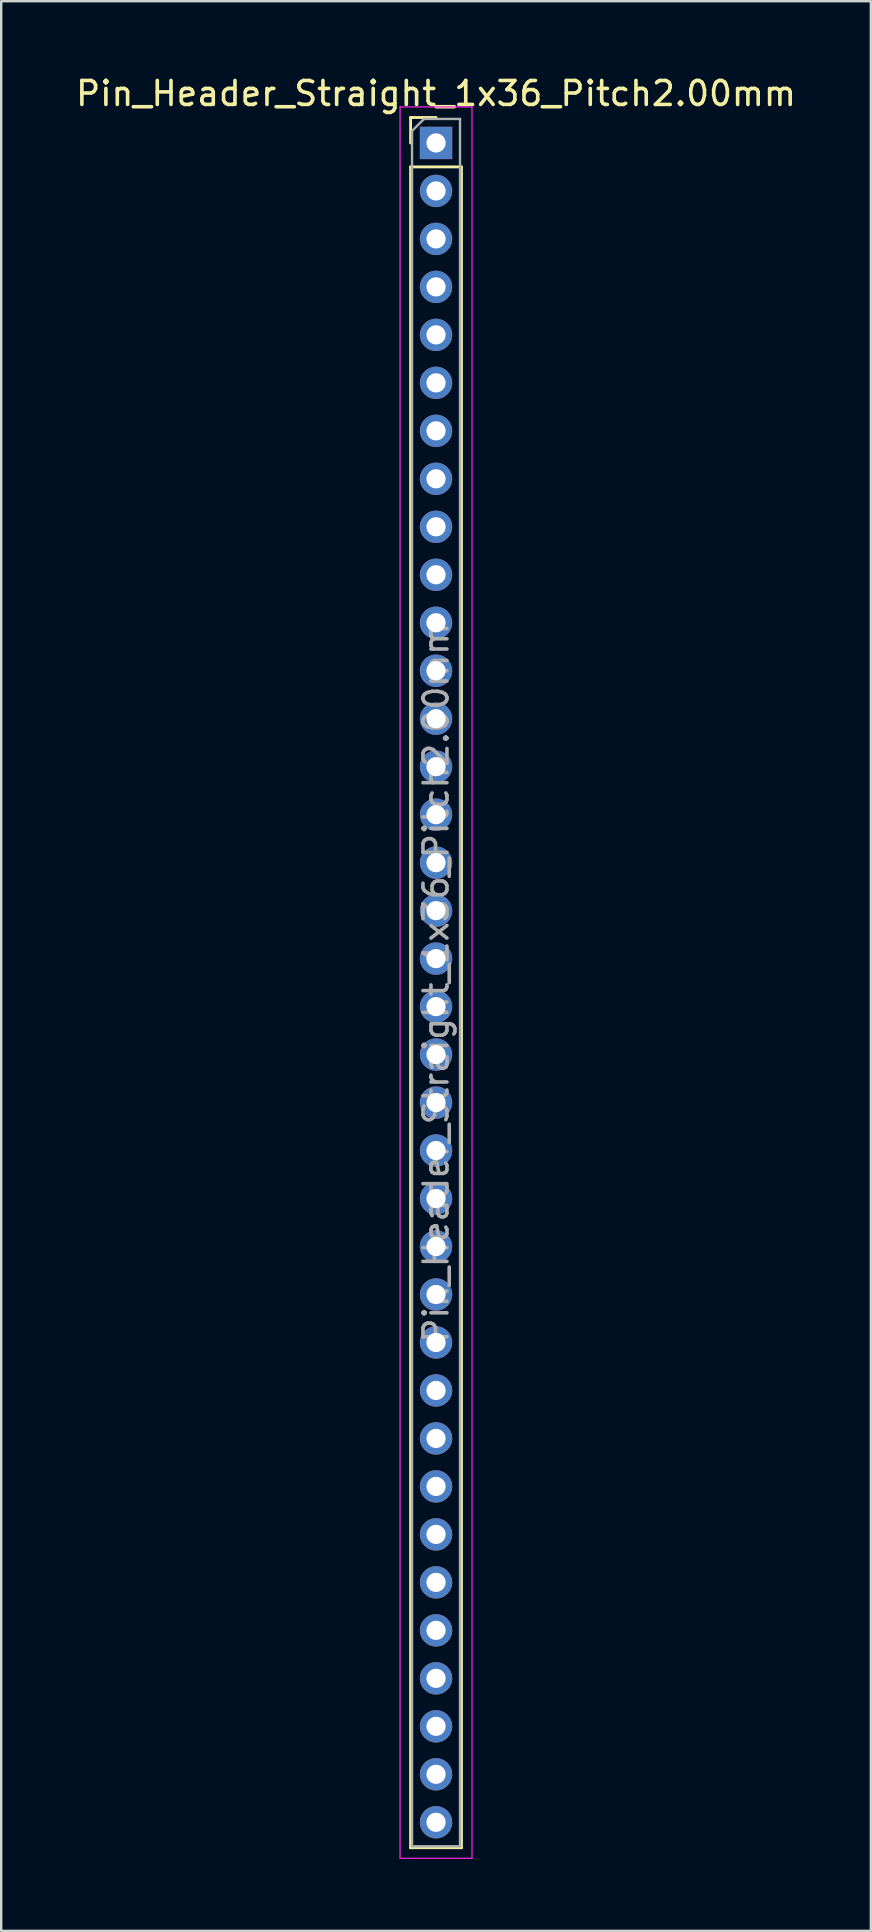
<source format=kicad_pcb>
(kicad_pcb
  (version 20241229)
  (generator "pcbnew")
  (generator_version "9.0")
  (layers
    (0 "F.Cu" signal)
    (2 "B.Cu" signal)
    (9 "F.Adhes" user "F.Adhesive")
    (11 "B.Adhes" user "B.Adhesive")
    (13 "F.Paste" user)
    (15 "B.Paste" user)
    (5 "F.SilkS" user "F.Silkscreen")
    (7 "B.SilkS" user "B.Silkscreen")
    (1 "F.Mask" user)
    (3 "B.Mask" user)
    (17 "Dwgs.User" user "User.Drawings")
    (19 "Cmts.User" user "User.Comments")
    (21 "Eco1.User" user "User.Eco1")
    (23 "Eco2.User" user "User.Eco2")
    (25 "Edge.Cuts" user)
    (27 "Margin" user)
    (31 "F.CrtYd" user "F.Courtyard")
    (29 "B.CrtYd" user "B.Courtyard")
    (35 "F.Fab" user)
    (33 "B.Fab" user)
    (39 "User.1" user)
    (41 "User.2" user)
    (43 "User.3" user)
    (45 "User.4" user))
  (footprint "Pin_Header_Straight_1x36_Pitch2.00mm"
    (layer "F.Cu")
    (at 15.125 2.908)
    (property "Reference" "Pin_Header_Straight_1x36_Pitch2.00mm" (at 0 -2.06 0) (layer "F.SilkS") (effects (font (size 1 1) (thickness 0.15))))
    (attr through_hole)
    (fp_line (start -1.06 -1.06) (end 0 -1.06) (stroke (width 0.12) (type solid)) (layer "F.SilkS"))
    (fp_line (start -1.06 0) (end -1.06 -1.06) (stroke (width 0.12) (type solid)) (layer "F.SilkS"))
    (fp_line (start -1.06 1) (end -1.06 71.06) (stroke (width 0.12) (type solid)) (layer "F.SilkS"))
    (fp_line (start -1.06 1) (end 1.06 1) (stroke (width 0.12) (type solid)) (layer "F.SilkS"))
    (fp_line (start -1.06 71.06) (end 1.06 71.06) (stroke (width 0.12) (type solid)) (layer "F.SilkS"))
    (fp_line (start 1.06 1) (end 1.06 71.06) (stroke (width 0.12) (type solid)) (layer "F.SilkS"))
    (fp_line (start -1.5 -1.5) (end -1.5 71.5) (stroke (width 0.05) (type solid)) (layer "F.CrtYd"))
    (fp_line (start -1.5 71.5) (end 1.5 71.5) (stroke (width 0.05) (type solid)) (layer "F.CrtYd"))
    (fp_line (start 1.5 -1.5) (end -1.5 -1.5) (stroke (width 0.05) (type solid)) (layer "F.CrtYd"))
    (fp_line (start 1.5 71.5) (end 1.5 -1.5) (stroke (width 0.05) (type solid)) (layer "F.CrtYd"))
    (fp_line (start -1 -0.5) (end -0.5 -1) (stroke (width 0.1) (type solid)) (layer "F.Fab"))
    (fp_line (start -1 71) (end -1 -0.5) (stroke (width 0.1) (type solid)) (layer "F.Fab"))
    (fp_line (start -0.5 -1) (end 1 -1) (stroke (width 0.1) (type solid)) (layer "F.Fab"))
    (fp_line (start 1 -1) (end 1 71) (stroke (width 0.1) (type solid)) (layer "F.Fab"))
    (fp_line (start 1 71) (end -1 71) (stroke (width 0.1) (type solid)) (layer "F.Fab"))
    (fp_text user "${REFERENCE}" (at 0 35 90) (layer "F.Fab") (effects (font (size 1 1) (thickness 0.15))))
    (pad "1" thru_hole rect (at 0 0) (size 1.35 1.35) (drill 0.8) (layers "*.Cu" "*.Mask"))
    (pad "2" thru_hole oval (at 0 2) (size 1.35 1.35) (drill 0.8) (layers "*.Cu" "*.Mask"))
    (pad "3" thru_hole oval (at 0 4) (size 1.35 1.35) (drill 0.8) (layers "*.Cu" "*.Mask"))
    (pad "4" thru_hole oval (at 0 6) (size 1.35 1.35) (drill 0.8) (layers "*.Cu" "*.Mask"))
    (pad "5" thru_hole oval (at 0 8) (size 1.35 1.35) (drill 0.8) (layers "*.Cu" "*.Mask"))
    (pad "6" thru_hole oval (at 0 10) (size 1.35 1.35) (drill 0.8) (layers "*.Cu" "*.Mask"))
    (pad "7" thru_hole oval (at 0 12) (size 1.35 1.35) (drill 0.8) (layers "*.Cu" "*.Mask"))
    (pad "8" thru_hole oval (at 0 14) (size 1.35 1.35) (drill 0.8) (layers "*.Cu" "*.Mask"))
    (pad "9" thru_hole oval (at 0 16) (size 1.35 1.35) (drill 0.8) (layers "*.Cu" "*.Mask"))
    (pad "10" thru_hole oval (at 0 18) (size 1.35 1.35) (drill 0.8) (layers "*.Cu" "*.Mask"))
    (pad "11" thru_hole oval (at 0 20) (size 1.35 1.35) (drill 0.8) (layers "*.Cu" "*.Mask"))
    (pad "12" thru_hole oval (at 0 22) (size 1.35 1.35) (drill 0.8) (layers "*.Cu" "*.Mask"))
    (pad "13" thru_hole oval (at 0 24) (size 1.35 1.35) (drill 0.8) (layers "*.Cu" "*.Mask"))
    (pad "14" thru_hole oval (at 0 26) (size 1.35 1.35) (drill 0.8) (layers "*.Cu" "*.Mask"))
    (pad "15" thru_hole oval (at 0 28) (size 1.35 1.35) (drill 0.8) (layers "*.Cu" "*.Mask"))
    (pad "16" thru_hole oval (at 0 30) (size 1.35 1.35) (drill 0.8) (layers "*.Cu" "*.Mask"))
    (pad "17" thru_hole oval (at 0 32) (size 1.35 1.35) (drill 0.8) (layers "*.Cu" "*.Mask"))
    (pad "18" thru_hole oval (at 0 34) (size 1.35 1.35) (drill 0.8) (layers "*.Cu" "*.Mask"))
    (pad "19" thru_hole oval (at 0 36) (size 1.35 1.35) (drill 0.8) (layers "*.Cu" "*.Mask"))
    (pad "20" thru_hole oval (at 0 38) (size 1.35 1.35) (drill 0.8) (layers "*.Cu" "*.Mask"))
    (pad "21" thru_hole oval (at 0 40) (size 1.35 1.35) (drill 0.8) (layers "*.Cu" "*.Mask"))
    (pad "22" thru_hole oval (at 0 42) (size 1.35 1.35) (drill 0.8) (layers "*.Cu" "*.Mask"))
    (pad "23" thru_hole oval (at 0 44) (size 1.35 1.35) (drill 0.8) (layers "*.Cu" "*.Mask"))
    (pad "24" thru_hole oval (at 0 46) (size 1.35 1.35) (drill 0.8) (layers "*.Cu" "*.Mask"))
    (pad "25" thru_hole oval (at 0 48) (size 1.35 1.35) (drill 0.8) (layers "*.Cu" "*.Mask"))
    (pad "26" thru_hole oval (at 0 50) (size 1.35 1.35) (drill 0.8) (layers "*.Cu" "*.Mask"))
    (pad "27" thru_hole oval (at 0 52) (size 1.35 1.35) (drill 0.8) (layers "*.Cu" "*.Mask"))
    (pad "28" thru_hole oval (at 0 54) (size 1.35 1.35) (drill 0.8) (layers "*.Cu" "*.Mask"))
    (pad "29" thru_hole oval (at 0 56) (size 1.35 1.35) (drill 0.8) (layers "*.Cu" "*.Mask"))
    (pad "30" thru_hole oval (at 0 58) (size 1.35 1.35) (drill 0.8) (layers "*.Cu" "*.Mask"))
    (pad "31" thru_hole oval (at 0 60) (size 1.35 1.35) (drill 0.8) (layers "*.Cu" "*.Mask"))
    (pad "32" thru_hole oval (at 0 62) (size 1.35 1.35) (drill 0.8) (layers "*.Cu" "*.Mask"))
    (pad "33" thru_hole oval (at 0 64) (size 1.35 1.35) (drill 0.8) (layers "*.Cu" "*.Mask"))
    (pad "34" thru_hole oval (at 0 66) (size 1.35 1.35) (drill 0.8) (layers "*.Cu" "*.Mask"))
    (pad "35" thru_hole oval (at 0 68) (size 1.35 1.35) (drill 0.8) (layers "*.Cu" "*.Mask"))
    (pad "36" thru_hole oval (at 0 70) (size 1.35 1.35) (drill 0.8) (layers "*.Cu" "*.Mask")))
  (gr_rect
    (start -3 -3)
    (end 33.25 77.433)
    (stroke (width 0.1) (type default))
    (fill no)
    (layer "Edge.Cuts")))
</source>
